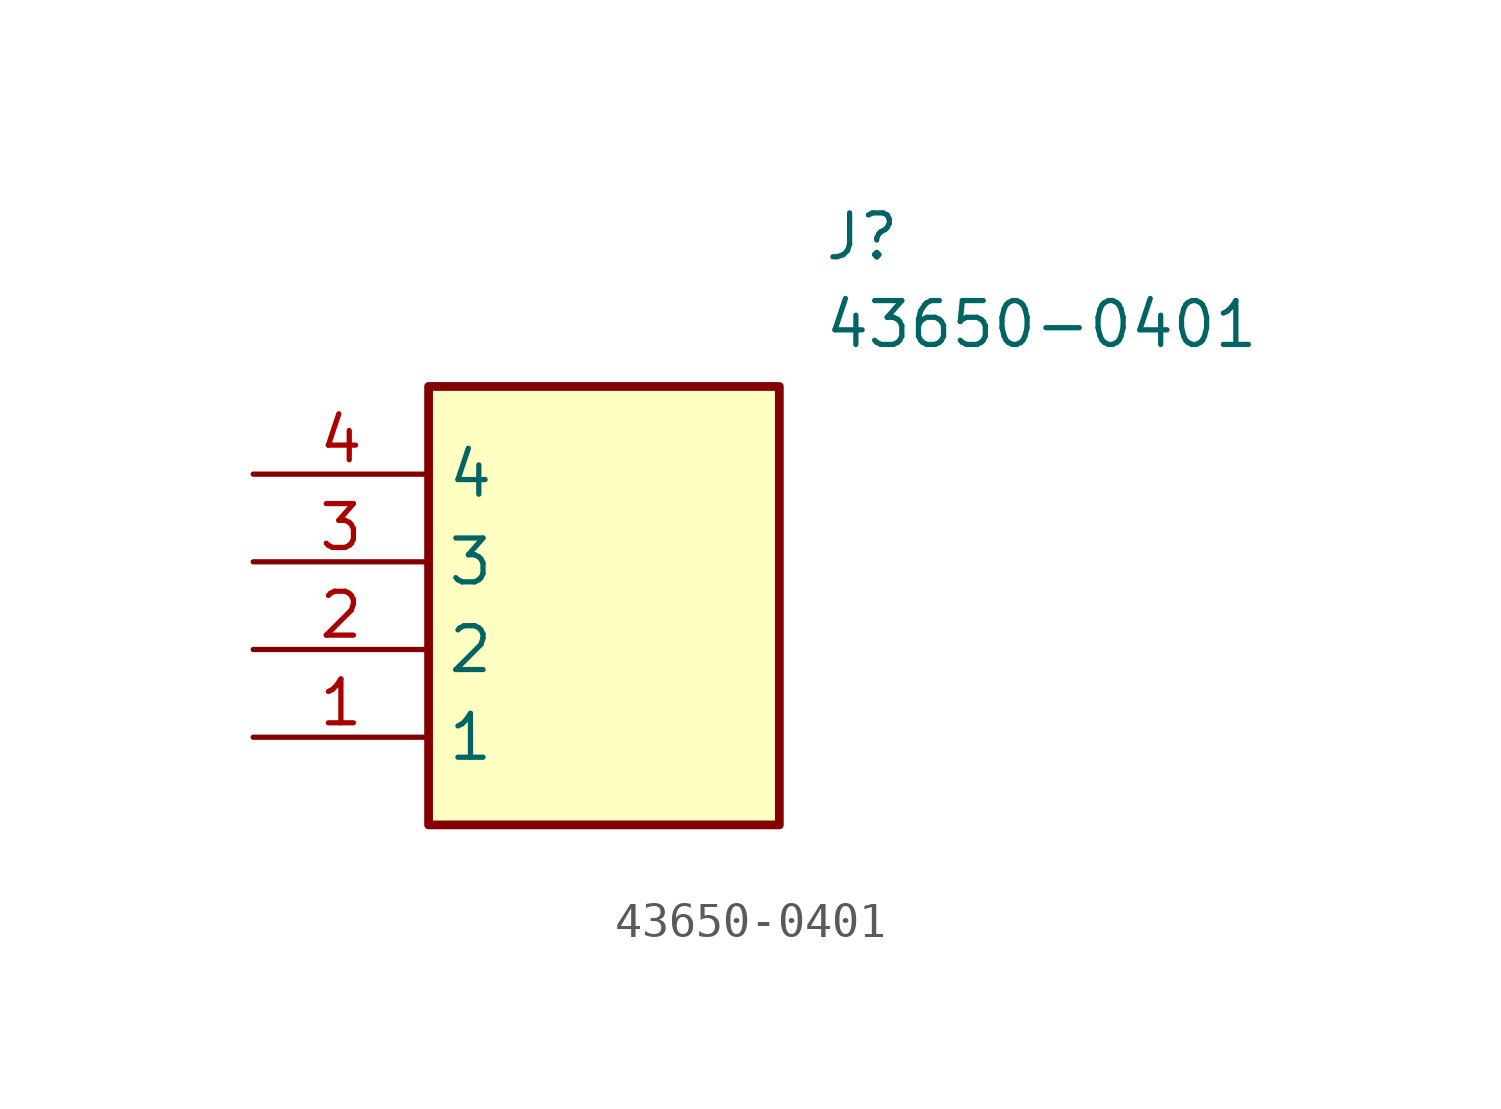
<source format=kicad_sym>
(kicad_symbol_lib
  (version 20211014)
  (generator SamacSys_ECAD_Model)
  (symbol "43650-0401"
    (property "Reference" "J"
      (at 16.51 7.62 0)
      (effects (font (size 1.27 1.27)) (justify left top)))
    (property "Value" "43650-0401"
      (at 16.51 5.08 0)
      (effects (font (size 1.27 1.27)) (justify left top)))
    (rectangle
      (start 5.08 2.54)
      (end 15.24 -10.16)
      (stroke (width 0.254) (type default))
      (fill (type background)))
    (pin passive line
      (at 0 -7.62 0)
      (length 5.08)
      (name "1" (effects (font (size 1.27 1.27))))
      (number "1" (effects (font (size 1.27 1.27)))))
    (pin passive line
      (at 0 -5.08 0)
      (length 5.08)
      (name "2" (effects (font (size 1.27 1.27))))
      (number "2" (effects (font (size 1.27 1.27)))))
    (pin passive line
      (at 0 -2.54 0)
      (length 5.08)
      (name "3" (effects (font (size 1.27 1.27))))
      (number "3" (effects (font (size 1.27 1.27)))))
    (pin passive line
      (at 0 0 0)
      (length 5.08)
      (name "4" (effects (font (size 1.27 1.27))))
      (number "4" (effects (font (size 1.27 1.27)))))))
</source>
